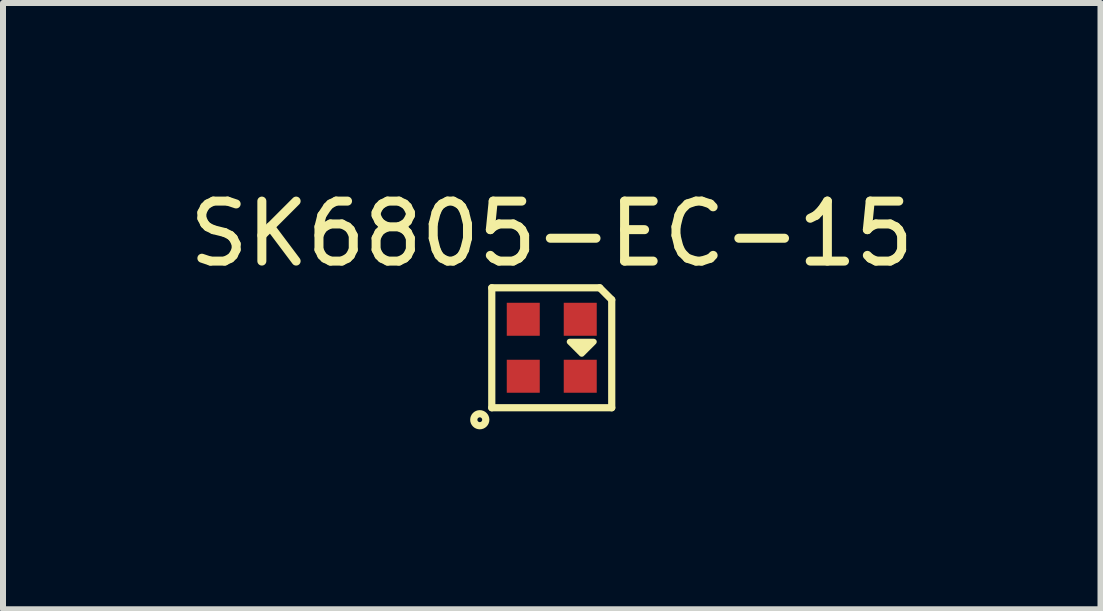
<source format=kicad_pcb>
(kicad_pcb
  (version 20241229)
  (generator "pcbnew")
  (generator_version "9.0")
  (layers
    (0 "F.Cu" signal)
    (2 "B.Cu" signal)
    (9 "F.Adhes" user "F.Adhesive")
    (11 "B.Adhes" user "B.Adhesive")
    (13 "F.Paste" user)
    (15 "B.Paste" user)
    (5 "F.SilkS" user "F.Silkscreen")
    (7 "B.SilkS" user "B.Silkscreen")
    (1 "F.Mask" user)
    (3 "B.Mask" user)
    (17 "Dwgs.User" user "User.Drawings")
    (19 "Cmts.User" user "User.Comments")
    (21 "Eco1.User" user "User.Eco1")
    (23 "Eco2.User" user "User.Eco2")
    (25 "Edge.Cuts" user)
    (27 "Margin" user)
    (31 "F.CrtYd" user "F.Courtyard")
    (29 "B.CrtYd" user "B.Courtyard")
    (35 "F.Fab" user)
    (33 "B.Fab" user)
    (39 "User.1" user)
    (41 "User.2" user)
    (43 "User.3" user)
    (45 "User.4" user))
  (footprint "SK6805-EC-15"
    (layer "F.Cu")
    (at 6.149 2.748)
    (property "Reference" "SK6805-EC-15" (at 0 -1.9 0) (layer "F.SilkS") (effects (font (size 1 1) (thickness 0.15))))
    (attr through_hole)
    (fp_line (start -1 -1) (end 0.8 -1) (stroke (width 0.12) (type solid)) (layer "F.SilkS"))
    (fp_line (start -1 1) (end -1 -1) (stroke (width 0.12) (type solid)) (layer "F.SilkS"))
    (fp_line (start 0.8 -1) (end 1 -0.8) (stroke (width 0.12) (type solid)) (layer "F.SilkS"))
    (fp_line (start 1 -0.8) (end 1 1) (stroke (width 0.12) (type solid)) (layer "F.SilkS"))
    (fp_line (start 1 1) (end -1 1) (stroke (width 0.12) (type solid)) (layer "F.SilkS"))
    (fp_circle (center -1.2 1.2) (end -1.1 1.2) (stroke (width 0.12) (type solid)) (fill no) (layer "F.SilkS"))
    (fp_poly (pts (xy 0.5 0.1) (xy 0.3 -0.1) (xy 0.7 -0.1)) (stroke (width 0.1) (type solid)) (fill yes) (layer "F.SilkS"))
    (pad "1" smd rect (at -0.475 0.475) (size 0.55 0.55) (layers "F.Cu" "F.Mask" "F.Paste"))
    (pad "2" smd rect (at 0.475 0.475) (size 0.55 0.55) (layers "F.Cu" "F.Mask" "F.Paste"))
    (pad "3" smd rect (at 0.475 -0.475) (size 0.55 0.55) (layers "F.Cu" "F.Mask" "F.Paste"))
    (pad "4" smd rect (at -0.475 -0.475) (size 0.55 0.55) (layers "F.Cu" "F.Mask" "F.Paste")))
  (gr_rect
    (start -3 -3)
    (end 15.298 7.108)
    (stroke (width 0.1) (type default))
    (fill no)
    (layer "Edge.Cuts")))
</source>
